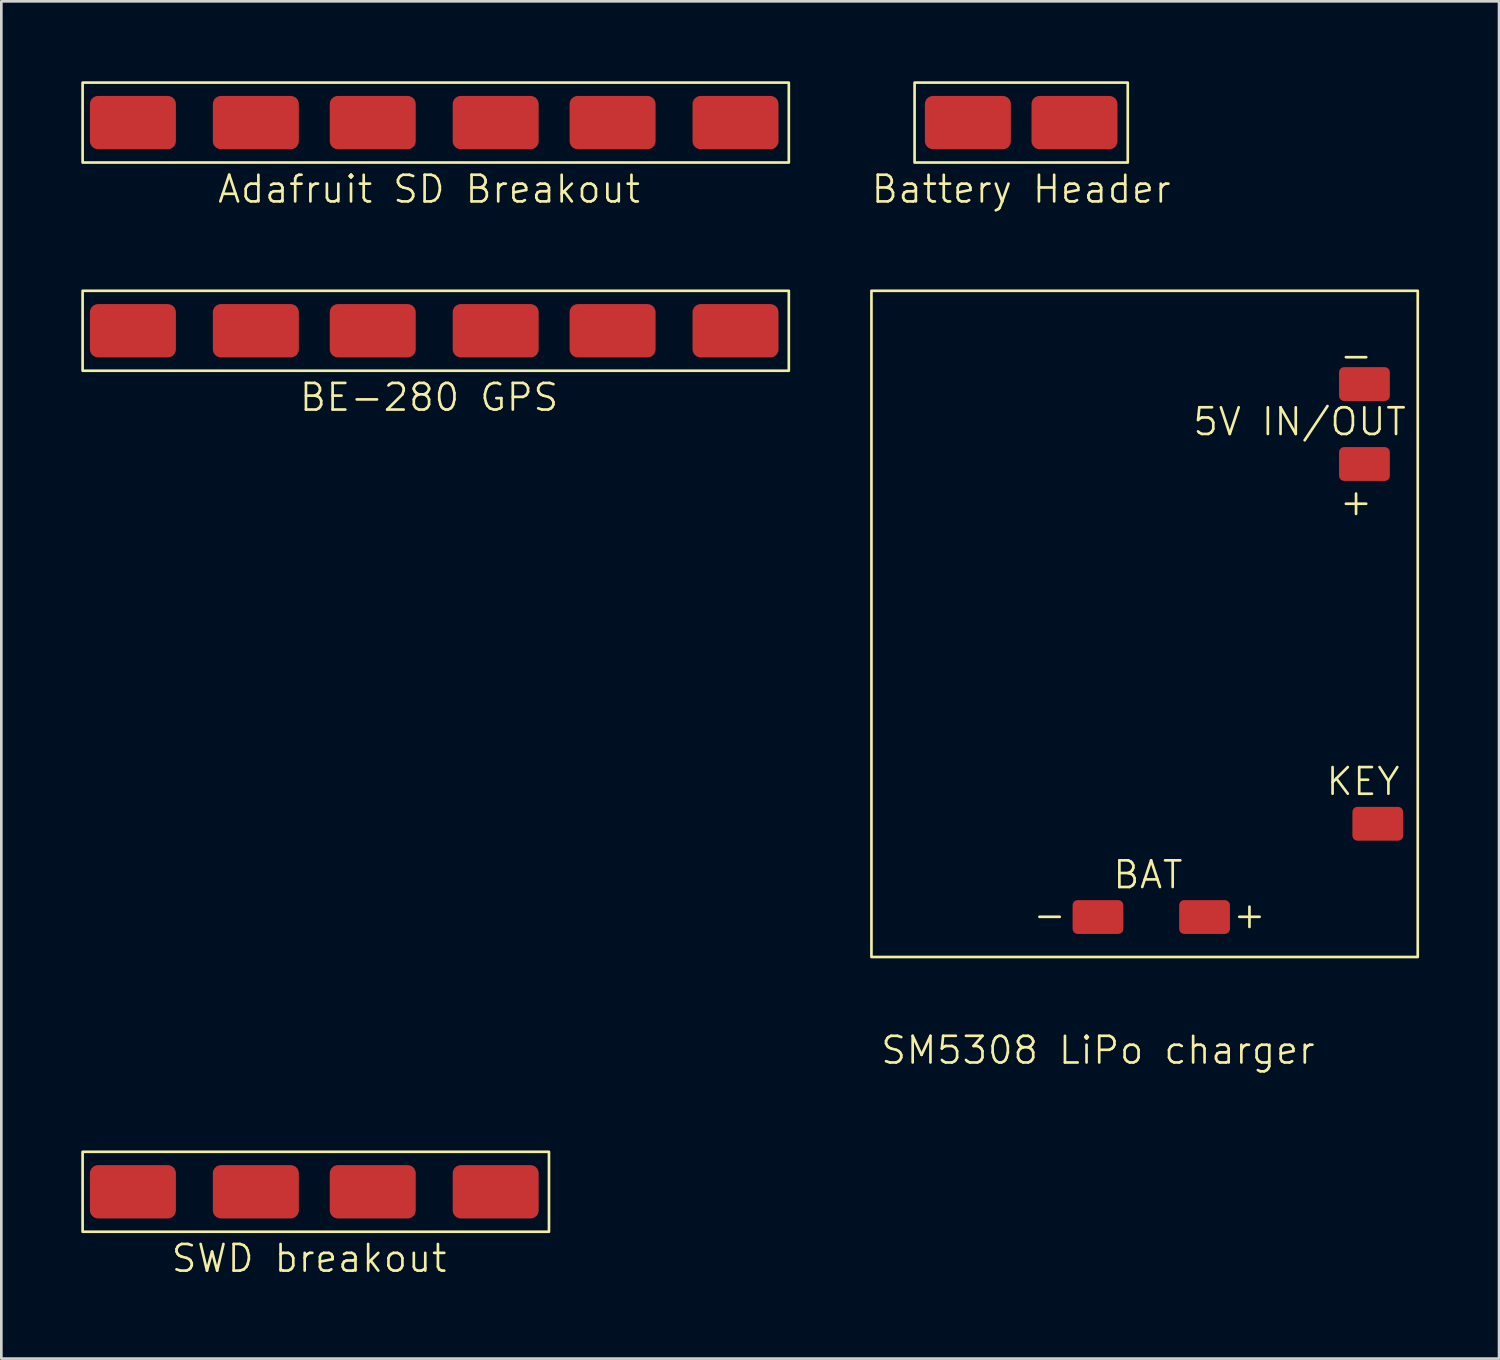
<source format=kicad_pcb>
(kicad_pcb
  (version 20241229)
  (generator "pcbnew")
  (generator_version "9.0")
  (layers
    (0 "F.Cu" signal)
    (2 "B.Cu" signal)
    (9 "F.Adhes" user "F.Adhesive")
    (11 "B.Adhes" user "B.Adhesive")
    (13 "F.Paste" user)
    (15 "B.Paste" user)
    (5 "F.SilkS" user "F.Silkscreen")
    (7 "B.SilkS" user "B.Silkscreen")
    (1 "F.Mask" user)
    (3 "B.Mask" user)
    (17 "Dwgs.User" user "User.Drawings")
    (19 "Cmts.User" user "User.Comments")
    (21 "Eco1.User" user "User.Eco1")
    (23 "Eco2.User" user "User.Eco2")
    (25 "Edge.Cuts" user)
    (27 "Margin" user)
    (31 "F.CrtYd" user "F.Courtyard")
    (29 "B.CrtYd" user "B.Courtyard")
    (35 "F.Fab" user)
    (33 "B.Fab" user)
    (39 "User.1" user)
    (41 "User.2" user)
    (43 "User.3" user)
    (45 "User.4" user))
  (footprint "Battery Header"
    (layer "F.Cu")
    (at 35.269 4.55)
    (property "Reference" "Battery Header" (at 0 -0.5 0) (unlocked yes) (layer "F.SilkS") (effects (font (size 1 1) (thickness 0.1))))
    (attr smd)
    (fp_rect (start -4 -4.5) (end 4 -1.5) (stroke (width 0.1) (type default)) (fill no) (layer "F.SilkS"))
    (pad "1" smd roundrect (at -2 -3) (size 3.226 2) (layers "F.Cu" "F.Mask" "F.Paste") (roundrect_rratio 0.15))
    (pad "2" smd roundrect (at 2 -3) (size 3.226 2) (layers "F.Cu" "F.Mask" "F.Paste") (roundrect_rratio 0.15)))
  (footprint "Adafruit SD Breakout"
    (layer "F.Cu")
    (at 13.05 4.55)
    (property "Reference" "Adafruit SD Breakout" (at 0 -0.5 0) (unlocked yes) (layer "F.SilkS") (effects (font (size 1 1) (thickness 0.1))))
    (attr smd)
    (fp_rect (start -13 -4.5) (end 13.5 -1.5) (stroke (width 0.1) (type default)) (fill no) (layer "F.SilkS"))
    (pad "1" smd roundrect (at -11.113 -3) (size 3.226 2) (layers "F.Cu" "F.Mask" "F.Paste") (roundrect_rratio 0.15))
    (pad "2" smd roundrect (at -6.5 -3) (size 3.226 2) (layers "F.Cu" "F.Mask" "F.Paste") (roundrect_rratio 0.15))
    (pad "3" smd roundrect (at -2.113 -3) (size 3.226 2) (layers "F.Cu" "F.Mask" "F.Paste") (roundrect_rratio 0.15))
    (pad "4" smd roundrect (at 2.5 -3) (size 3.226 2) (layers "F.Cu" "F.Mask" "F.Paste") (roundrect_rratio 0.15))
    (pad "5" smd roundrect (at 6.887 -3) (size 3.226 2) (layers "F.Cu" "F.Mask" "F.Paste") (roundrect_rratio 0.15))
    (pad "6" smd roundrect (at 11.5 -3) (size 3.226 2) (layers "F.Cu" "F.Mask" "F.Paste") (roundrect_rratio 0.15)))
  (footprint "SWD breakout"
    (layer "F.Cu")
    (at 8.55 44.671)
    (property "Reference" "SWD breakout" (at 0 -0.5 0) (unlocked yes) (layer "F.SilkS") (effects (font (size 1 1) (thickness 0.1))))
    (attr smd)
    (fp_rect (start -8.5 -4.5) (end 9 -1.5) (stroke (width 0.1) (type default)) (fill no) (layer "F.SilkS"))
    (pad "1" smd roundrect (at -6.613 -3) (size 3.226 2) (layers "F.Cu" "F.Mask" "F.Paste") (roundrect_rratio 0.15))
    (pad "2" smd roundrect (at -2 -3) (size 3.226 2) (layers "F.Cu" "F.Mask" "F.Paste") (roundrect_rratio 0.15))
    (pad "3" smd roundrect (at 2.387 -3) (size 3.226 2) (layers "F.Cu" "F.Mask" "F.Paste") (roundrect_rratio 0.15))
    (pad "4" smd roundrect (at 7 -3) (size 3.226 2) (layers "F.Cu" "F.Mask" "F.Paste") (roundrect_rratio 0.15)))
  (footprint "SM5308 LiPo charger"
    (layer "F.Cu")
    (at 38.15 36.861)
    (property "Reference" "SM5308 LiPo charger" (at 0 -0.5 0) (unlocked yes) (layer "F.SilkS") (effects (font (size 1 1) (thickness 0.1))))
    (attr smd)
    (fp_rect (start -8.5 -29) (end 12 -4) (stroke (width 0.1) (type default)) (fill no) (layer "F.SilkS"))
    (fp_text user "BAT" (at 0.5 -6.5 0) (unlocked yes) (layer "F.SilkS") (effects (font (size 1 1) (thickness 0.1)) (justify left bottom)))
    (fp_text user "-" (at -2.5 -5 0) (unlocked yes) (layer "F.SilkS") (effects (font (size 1 1) (thickness 0.1)) (justify left bottom)))
    (fp_text user "KEY" (at 8.5 -10 0) (unlocked yes) (layer "F.SilkS") (effects (font (size 1 1) (thickness 0.1)) (justify left bottom)))
    (fp_text user "5V IN/OUT" (at 3.5 -23.5 0) (unlocked yes) (layer "F.SilkS") (effects (font (size 1 1) (thickness 0.1)) (justify left bottom)))
    (fp_text user "-" (at 9 -26 0) (unlocked yes) (layer "F.SilkS") (effects (font (size 1 1) (thickness 0.1)) (justify left bottom)))
    (fp_text user "+" (at 9 -20.5 0) (unlocked yes) (layer "F.SilkS") (effects (font (size 1 1) (thickness 0.1)) (justify left bottom)))
    (fp_text user "+" (at 5 -5 0) (unlocked yes) (layer "F.SilkS") (effects (font (size 1 1) (thickness 0.1)) (justify left bottom)))
    (pad "1" smd roundrect (at 10 -22.5) (size 1.905 1.27) (layers "F.Cu" "F.Mask" "F.Paste") (roundrect_rratio 0.15))
    (pad "2" smd roundrect (at 10 -25.5) (size 1.905 1.27) (layers "F.Cu" "F.Mask" "F.Paste") (roundrect_rratio 0.15))
    (pad "3" smd roundrect (at 10.5 -9) (size 1.905 1.27) (layers "F.Cu" "F.Mask" "F.Paste") (roundrect_rratio 0.15))
    (pad "4" smd roundrect (at 0 -5.5) (size 1.905 1.27) (layers "F.Cu" "F.Mask" "F.Paste") (roundrect_rratio 0.15))
    (pad "5" smd roundrect (at 4 -5.5) (size 1.905 1.27) (layers "F.Cu" "F.Mask" "F.Paste") (roundrect_rratio 0.15)))
  (footprint "BE-280 GPS"
    (layer "F.Cu")
    (at 13.05 12.361)
    (property "Reference" "BE-280 GPS" (at 0 -0.5 0) (unlocked yes) (layer "F.SilkS") (effects (font (size 1 1) (thickness 0.1))))
    (attr smd)
    (fp_rect (start -13 -4.5) (end 13.5 -1.5) (stroke (width 0.1) (type default)) (fill no) (layer "F.SilkS"))
    (pad "1" smd roundrect (at -11.113 -3) (size 3.226 2) (layers "F.Cu" "F.Mask" "F.Paste") (roundrect_rratio 0.15))
    (pad "2" smd roundrect (at -6.5 -3) (size 3.226 2) (layers "F.Cu" "F.Mask" "F.Paste") (roundrect_rratio 0.15))
    (pad "3" smd roundrect (at -2.113 -3) (size 3.226 2) (layers "F.Cu" "F.Mask" "F.Paste") (roundrect_rratio 0.15))
    (pad "4" smd roundrect (at 2.5 -3) (size 3.226 2) (layers "F.Cu" "F.Mask" "F.Paste") (roundrect_rratio 0.15))
    (pad "5" smd roundrect (at 6.887 -3) (size 3.226 2) (layers "F.Cu" "F.Mask" "F.Paste") (roundrect_rratio 0.15))
    (pad "6" smd roundrect (at 11.5 -3) (size 3.226 2) (layers "F.Cu" "F.Mask" "F.Paste") (roundrect_rratio 0.15)))
  (gr_rect
    (start -3 -3)
    (end 53.2 47.931)
    (stroke (width 0.1) (type default))
    (fill no)
    (layer "Edge.Cuts")))
</source>
